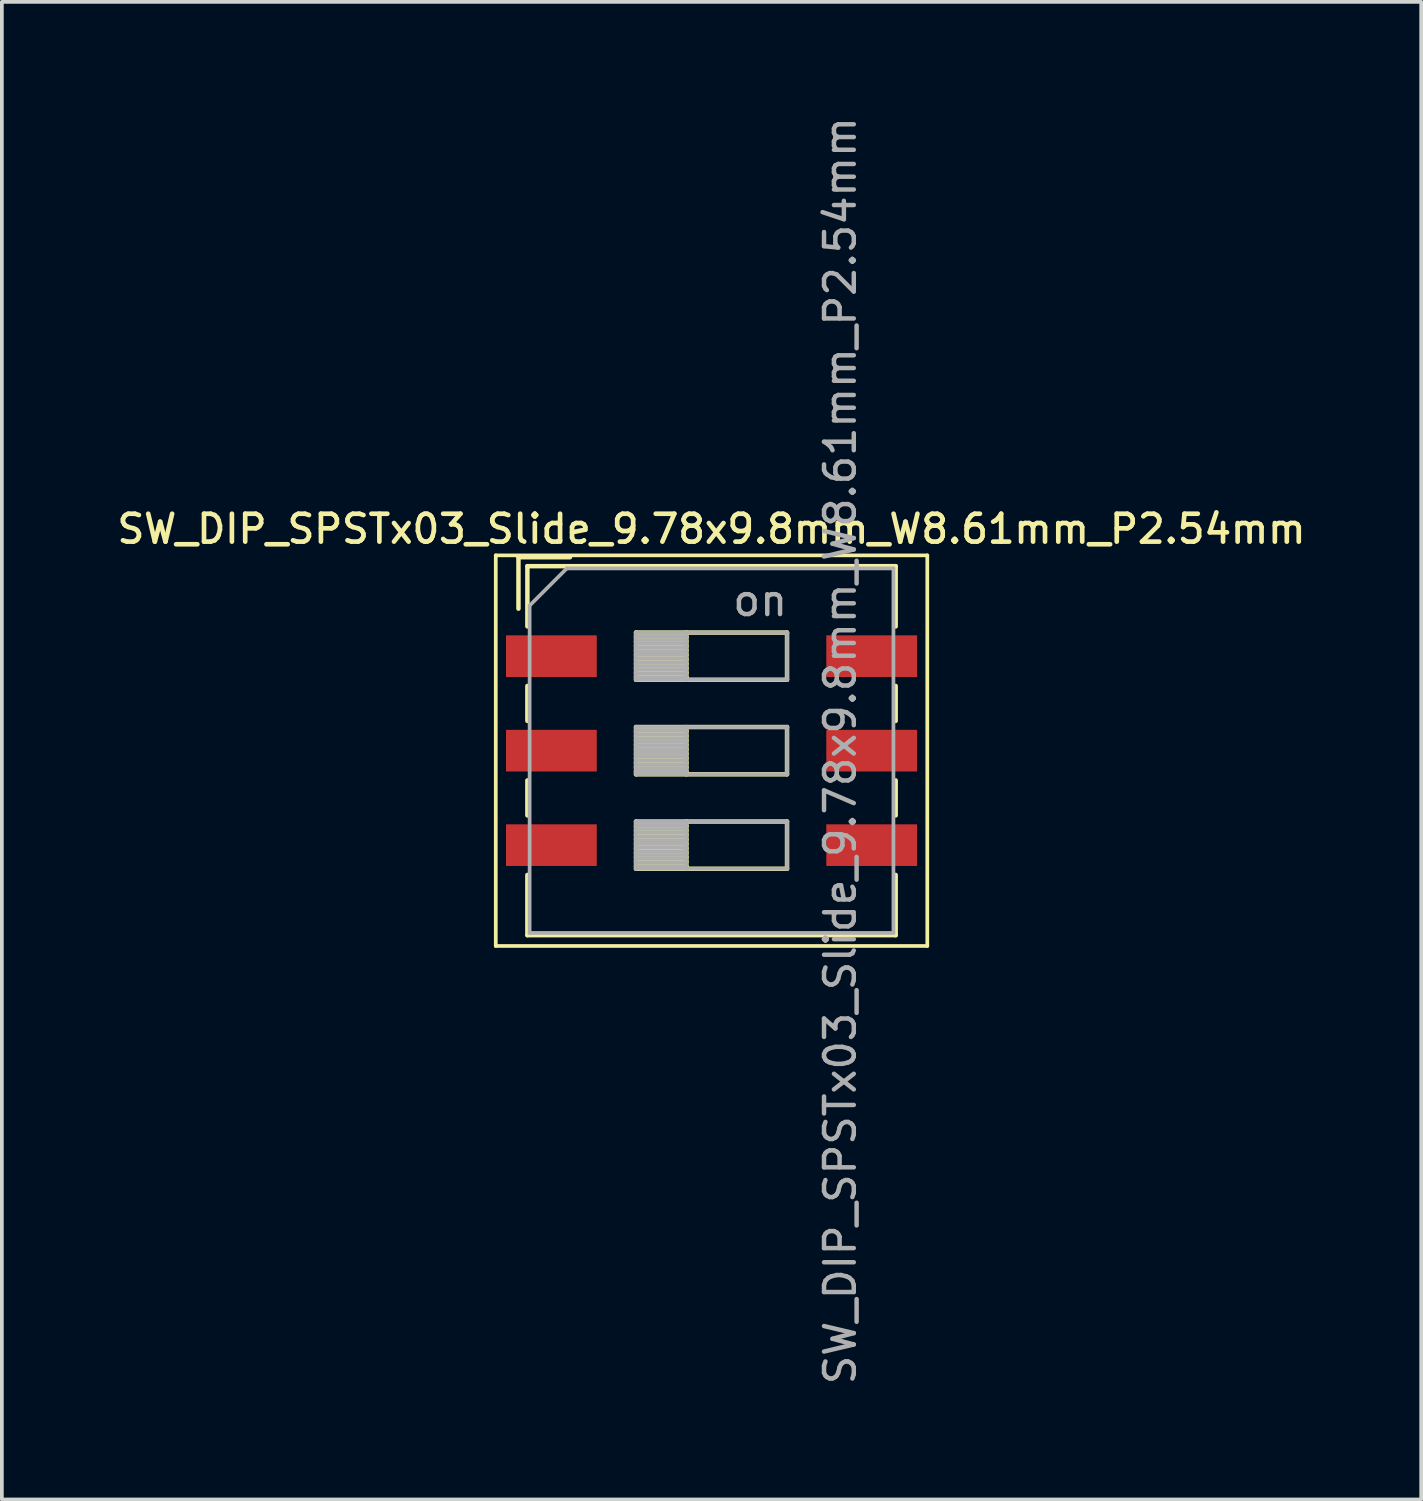
<source format=kicad_pcb>
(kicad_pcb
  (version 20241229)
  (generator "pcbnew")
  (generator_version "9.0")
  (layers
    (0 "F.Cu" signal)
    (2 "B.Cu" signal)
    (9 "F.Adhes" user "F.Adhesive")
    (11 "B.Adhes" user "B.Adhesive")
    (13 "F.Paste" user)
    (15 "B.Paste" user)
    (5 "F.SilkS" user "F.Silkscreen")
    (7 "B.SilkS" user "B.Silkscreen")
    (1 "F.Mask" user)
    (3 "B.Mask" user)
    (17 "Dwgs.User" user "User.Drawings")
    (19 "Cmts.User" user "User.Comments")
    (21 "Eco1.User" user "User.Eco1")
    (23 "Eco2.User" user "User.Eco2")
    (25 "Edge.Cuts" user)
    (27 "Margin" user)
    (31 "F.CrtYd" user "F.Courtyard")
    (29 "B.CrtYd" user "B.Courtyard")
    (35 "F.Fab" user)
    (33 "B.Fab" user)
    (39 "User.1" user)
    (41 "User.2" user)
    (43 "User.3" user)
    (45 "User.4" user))
  (footprint "SW_DIP_SPSTx03_Slide_9.78x9.8mm_W8.61mm_P2.54mm"
    (layer "F.Cu")
    (at 16.077 17.129)
    (property "Reference" "SW_DIP_SPSTx03_Slide_9.78x9.8mm_W8.61mm_P2.54mm" (at 0 -5.96 0) (layer "F.SilkS") (effects (font (size 0.75 0.75) (thickness 0.125))))
    (attr smd)
    (fp_line (start -5.8 -5.25) (end -5.8 5.25) (stroke (width 0.1) (type solid)) (layer "F.SilkS"))
    (fp_line (start -5.8 5.25) (end 5.8 5.25) (stroke (width 0.1) (type solid)) (layer "F.SilkS"))
    (fp_line (start -5.19 -5.2) (end -5.19 -3.817) (stroke (width 0.12) (type solid)) (layer "F.SilkS"))
    (fp_line (start -5.19 -5.2) (end -3.806 -5.2) (stroke (width 0.12) (type solid)) (layer "F.SilkS"))
    (fp_line (start -4.95 -4.96) (end -4.95 -3.34) (stroke (width 0.12) (type solid)) (layer "F.SilkS"))
    (fp_line (start -4.95 -4.96) (end 4.95 -4.96) (stroke (width 0.12) (type solid)) (layer "F.SilkS"))
    (fp_line (start -4.95 -1.74) (end -4.95 -0.8) (stroke (width 0.12) (type solid)) (layer "F.SilkS"))
    (fp_line (start -4.95 0.8) (end -4.95 1.74) (stroke (width 0.12) (type solid)) (layer "F.SilkS"))
    (fp_line (start -4.95 3.34) (end -4.95 4.96) (stroke (width 0.12) (type solid)) (layer "F.SilkS"))
    (fp_line (start -4.95 4.96) (end 4.95 4.96) (stroke (width 0.12) (type solid)) (layer "F.SilkS"))
    (fp_line (start -2.03 -3.175) (end -2.03 -1.905) (stroke (width 0.12) (type solid)) (layer "F.SilkS"))
    (fp_line (start -2.03 -3.055) (end -0.677 -3.055) (stroke (width 0.12) (type solid)) (layer "F.SilkS"))
    (fp_line (start -2.03 -2.935) (end -0.677 -2.935) (stroke (width 0.12) (type solid)) (layer "F.SilkS"))
    (fp_line (start -2.03 -2.815) (end -0.677 -2.815) (stroke (width 0.12) (type solid)) (layer "F.SilkS"))
    (fp_line (start -2.03 -2.695) (end -0.677 -2.695) (stroke (width 0.12) (type solid)) (layer "F.SilkS"))
    (fp_line (start -2.03 -2.575) (end -0.677 -2.575) (stroke (width 0.12) (type solid)) (layer "F.SilkS"))
    (fp_line (start -2.03 -2.455) (end -0.677 -2.455) (stroke (width 0.12) (type solid)) (layer "F.SilkS"))
    (fp_line (start -2.03 -2.335) (end -0.677 -2.335) (stroke (width 0.12) (type solid)) (layer "F.SilkS"))
    (fp_line (start -2.03 -2.215) (end -0.677 -2.215) (stroke (width 0.12) (type solid)) (layer "F.SilkS"))
    (fp_line (start -2.03 -2.095) (end -0.677 -2.095) (stroke (width 0.12) (type solid)) (layer "F.SilkS"))
    (fp_line (start -2.03 -1.975) (end -0.677 -1.975) (stroke (width 0.12) (type solid)) (layer "F.SilkS"))
    (fp_line (start -2.03 -1.905) (end 2.03 -1.905) (stroke (width 0.12) (type solid)) (layer "F.SilkS"))
    (fp_line (start -2.03 -0.635) (end -2.03 0.635) (stroke (width 0.12) (type solid)) (layer "F.SilkS"))
    (fp_line (start -2.03 -0.515) (end -0.677 -0.515) (stroke (width 0.12) (type solid)) (layer "F.SilkS"))
    (fp_line (start -2.03 -0.395) (end -0.677 -0.395) (stroke (width 0.12) (type solid)) (layer "F.SilkS"))
    (fp_line (start -2.03 -0.275) (end -0.677 -0.275) (stroke (width 0.12) (type solid)) (layer "F.SilkS"))
    (fp_line (start -2.03 -0.155) (end -0.677 -0.155) (stroke (width 0.12) (type solid)) (layer "F.SilkS"))
    (fp_line (start -2.03 -0.035) (end -0.677 -0.035) (stroke (width 0.12) (type solid)) (layer "F.SilkS"))
    (fp_line (start -2.03 0.085) (end -0.677 0.085) (stroke (width 0.12) (type solid)) (layer "F.SilkS"))
    (fp_line (start -2.03 0.205) (end -0.677 0.205) (stroke (width 0.12) (type solid)) (layer "F.SilkS"))
    (fp_line (start -2.03 0.325) (end -0.677 0.325) (stroke (width 0.12) (type solid)) (layer "F.SilkS"))
    (fp_line (start -2.03 0.445) (end -0.677 0.445) (stroke (width 0.12) (type solid)) (layer "F.SilkS"))
    (fp_line (start -2.03 0.565) (end -0.677 0.565) (stroke (width 0.12) (type solid)) (layer "F.SilkS"))
    (fp_line (start -2.03 0.635) (end 2.03 0.635) (stroke (width 0.12) (type solid)) (layer "F.SilkS"))
    (fp_line (start -2.03 1.905) (end -2.03 3.175) (stroke (width 0.12) (type solid)) (layer "F.SilkS"))
    (fp_line (start -2.03 2.025) (end -0.677 2.025) (stroke (width 0.12) (type solid)) (layer "F.SilkS"))
    (fp_line (start -2.03 2.145) (end -0.677 2.145) (stroke (width 0.12) (type solid)) (layer "F.SilkS"))
    (fp_line (start -2.03 2.265) (end -0.677 2.265) (stroke (width 0.12) (type solid)) (layer "F.SilkS"))
    (fp_line (start -2.03 2.385) (end -0.677 2.385) (stroke (width 0.12) (type solid)) (layer "F.SilkS"))
    (fp_line (start -2.03 2.505) (end -0.677 2.505) (stroke (width 0.12) (type solid)) (layer "F.SilkS"))
    (fp_line (start -2.03 2.625) (end -0.677 2.625) (stroke (width 0.12) (type solid)) (layer "F.SilkS"))
    (fp_line (start -2.03 2.745) (end -0.677 2.745) (stroke (width 0.12) (type solid)) (layer "F.SilkS"))
    (fp_line (start -2.03 2.865) (end -0.677 2.865) (stroke (width 0.12) (type solid)) (layer "F.SilkS"))
    (fp_line (start -2.03 2.985) (end -0.677 2.985) (stroke (width 0.12) (type solid)) (layer "F.SilkS"))
    (fp_line (start -2.03 3.105) (end -0.677 3.105) (stroke (width 0.12) (type solid)) (layer "F.SilkS"))
    (fp_line (start -2.03 3.175) (end 2.03 3.175) (stroke (width 0.12) (type solid)) (layer "F.SilkS"))
    (fp_line (start -0.677 -3.175) (end -0.677 -1.905) (stroke (width 0.12) (type solid)) (layer "F.SilkS"))
    (fp_line (start -0.677 -0.635) (end -0.677 0.635) (stroke (width 0.12) (type solid)) (layer "F.SilkS"))
    (fp_line (start -0.677 1.905) (end -0.677 3.175) (stroke (width 0.12) (type solid)) (layer "F.SilkS"))
    (fp_line (start 2.03 -3.175) (end -2.03 -3.175) (stroke (width 0.12) (type solid)) (layer "F.SilkS"))
    (fp_line (start 2.03 -1.905) (end 2.03 -3.175) (stroke (width 0.12) (type solid)) (layer "F.SilkS"))
    (fp_line (start 2.03 -0.635) (end -2.03 -0.635) (stroke (width 0.12) (type solid)) (layer "F.SilkS"))
    (fp_line (start 2.03 0.635) (end 2.03 -0.635) (stroke (width 0.12) (type solid)) (layer "F.SilkS"))
    (fp_line (start 2.03 1.905) (end -2.03 1.905) (stroke (width 0.12) (type solid)) (layer "F.SilkS"))
    (fp_line (start 2.03 3.175) (end 2.03 1.905) (stroke (width 0.12) (type solid)) (layer "F.SilkS"))
    (fp_line (start 4.95 -4.96) (end 4.95 -3.34) (stroke (width 0.12) (type solid)) (layer "F.SilkS"))
    (fp_line (start 4.95 -1.74) (end 4.95 -0.8) (stroke (width 0.12) (type solid)) (layer "F.SilkS"))
    (fp_line (start 4.95 0.8) (end 4.95 1.74) (stroke (width 0.12) (type solid)) (layer "F.SilkS"))
    (fp_line (start 4.95 3.34) (end 4.95 4.96) (stroke (width 0.12) (type solid)) (layer "F.SilkS"))
    (fp_line (start 5.8 -5.25) (end -5.8 -5.25) (stroke (width 0.1) (type solid)) (layer "F.SilkS"))
    (fp_line (start 5.8 5.25) (end 5.8 -5.25) (stroke (width 0.1) (type solid)) (layer "F.SilkS"))
    (fp_line (start -4.89 -3.9) (end -3.89 -4.9) (stroke (width 0.1) (type solid)) (layer "F.Fab"))
    (fp_line (start -4.89 4.9) (end -4.89 -3.9) (stroke (width 0.1) (type solid)) (layer "F.Fab"))
    (fp_line (start -3.89 -4.9) (end 4.89 -4.9) (stroke (width 0.1) (type solid)) (layer "F.Fab"))
    (fp_line (start -2.03 -3.175) (end -2.03 -1.905) (stroke (width 0.1) (type solid)) (layer "F.Fab"))
    (fp_line (start -2.03 -3.075) (end -0.677 -3.075) (stroke (width 0.1) (type solid)) (layer "F.Fab"))
    (fp_line (start -2.03 -2.975) (end -0.677 -2.975) (stroke (width 0.1) (type solid)) (layer "F.Fab"))
    (fp_line (start -2.03 -2.875) (end -0.677 -2.875) (stroke (width 0.1) (type solid)) (layer "F.Fab"))
    (fp_line (start -2.03 -2.775) (end -0.677 -2.775) (stroke (width 0.1) (type solid)) (layer "F.Fab"))
    (fp_line (start -2.03 -2.675) (end -0.677 -2.675) (stroke (width 0.1) (type solid)) (layer "F.Fab"))
    (fp_line (start -2.03 -2.575) (end -0.677 -2.575) (stroke (width 0.1) (type solid)) (layer "F.Fab"))
    (fp_line (start -2.03 -2.475) (end -0.677 -2.475) (stroke (width 0.1) (type solid)) (layer "F.Fab"))
    (fp_line (start -2.03 -2.375) (end -0.677 -2.375) (stroke (width 0.1) (type solid)) (layer "F.Fab"))
    (fp_line (start -2.03 -2.275) (end -0.677 -2.275) (stroke (width 0.1) (type solid)) (layer "F.Fab"))
    (fp_line (start -2.03 -2.175) (end -0.677 -2.175) (stroke (width 0.1) (type solid)) (layer "F.Fab"))
    (fp_line (start -2.03 -2.075) (end -0.677 -2.075) (stroke (width 0.1) (type solid)) (layer "F.Fab"))
    (fp_line (start -2.03 -1.975) (end -0.677 -1.975) (stroke (width 0.1) (type solid)) (layer "F.Fab"))
    (fp_line (start -2.03 -1.905) (end 2.03 -1.905) (stroke (width 0.1) (type solid)) (layer "F.Fab"))
    (fp_line (start -2.03 -0.635) (end -2.03 0.635) (stroke (width 0.1) (type solid)) (layer "F.Fab"))
    (fp_line (start -2.03 -0.535) (end -0.677 -0.535) (stroke (width 0.1) (type solid)) (layer "F.Fab"))
    (fp_line (start -2.03 -0.435) (end -0.677 -0.435) (stroke (width 0.1) (type solid)) (layer "F.Fab"))
    (fp_line (start -2.03 -0.335) (end -0.677 -0.335) (stroke (width 0.1) (type solid)) (layer "F.Fab"))
    (fp_line (start -2.03 -0.235) (end -0.677 -0.235) (stroke (width 0.1) (type solid)) (layer "F.Fab"))
    (fp_line (start -2.03 -0.135) (end -0.677 -0.135) (stroke (width 0.1) (type solid)) (layer "F.Fab"))
    (fp_line (start -2.03 -0.035) (end -0.677 -0.035) (stroke (width 0.1) (type solid)) (layer "F.Fab"))
    (fp_line (start -2.03 0.065) (end -0.677 0.065) (stroke (width 0.1) (type solid)) (layer "F.Fab"))
    (fp_line (start -2.03 0.165) (end -0.677 0.165) (stroke (width 0.1) (type solid)) (layer "F.Fab"))
    (fp_line (start -2.03 0.265) (end -0.677 0.265) (stroke (width 0.1) (type solid)) (layer "F.Fab"))
    (fp_line (start -2.03 0.365) (end -0.677 0.365) (stroke (width 0.1) (type solid)) (layer "F.Fab"))
    (fp_line (start -2.03 0.465) (end -0.677 0.465) (stroke (width 0.1) (type solid)) (layer "F.Fab"))
    (fp_line (start -2.03 0.565) (end -0.677 0.565) (stroke (width 0.1) (type solid)) (layer "F.Fab"))
    (fp_line (start -2.03 0.635) (end 2.03 0.635) (stroke (width 0.1) (type solid)) (layer "F.Fab"))
    (fp_line (start -2.03 1.905) (end -2.03 3.175) (stroke (width 0.1) (type solid)) (layer "F.Fab"))
    (fp_line (start -2.03 2.005) (end -0.677 2.005) (stroke (width 0.1) (type solid)) (layer "F.Fab"))
    (fp_line (start -2.03 2.105) (end -0.677 2.105) (stroke (width 0.1) (type solid)) (layer "F.Fab"))
    (fp_line (start -2.03 2.205) (end -0.677 2.205) (stroke (width 0.1) (type solid)) (layer "F.Fab"))
    (fp_line (start -2.03 2.305) (end -0.677 2.305) (stroke (width 0.1) (type solid)) (layer "F.Fab"))
    (fp_line (start -2.03 2.405) (end -0.677 2.405) (stroke (width 0.1) (type solid)) (layer "F.Fab"))
    (fp_line (start -2.03 2.505) (end -0.677 2.505) (stroke (width 0.1) (type solid)) (layer "F.Fab"))
    (fp_line (start -2.03 2.605) (end -0.677 2.605) (stroke (width 0.1) (type solid)) (layer "F.Fab"))
    (fp_line (start -2.03 2.705) (end -0.677 2.705) (stroke (width 0.1) (type solid)) (layer "F.Fab"))
    (fp_line (start -2.03 2.805) (end -0.677 2.805) (stroke (width 0.1) (type solid)) (layer "F.Fab"))
    (fp_line (start -2.03 2.905) (end -0.677 2.905) (stroke (width 0.1) (type solid)) (layer "F.Fab"))
    (fp_line (start -2.03 3.005) (end -0.677 3.005) (stroke (width 0.1) (type solid)) (layer "F.Fab"))
    (fp_line (start -2.03 3.105) (end -0.677 3.105) (stroke (width 0.1) (type solid)) (layer "F.Fab"))
    (fp_line (start -2.03 3.175) (end 2.03 3.175) (stroke (width 0.1) (type solid)) (layer "F.Fab"))
    (fp_line (start -0.677 -3.175) (end -0.677 -1.905) (stroke (width 0.1) (type solid)) (layer "F.Fab"))
    (fp_line (start -0.677 -0.635) (end -0.677 0.635) (stroke (width 0.1) (type solid)) (layer "F.Fab"))
    (fp_line (start -0.677 1.905) (end -0.677 3.175) (stroke (width 0.1) (type solid)) (layer "F.Fab"))
    (fp_line (start 2.03 -3.175) (end -2.03 -3.175) (stroke (width 0.1) (type solid)) (layer "F.Fab"))
    (fp_line (start 2.03 -1.905) (end 2.03 -3.175) (stroke (width 0.1) (type solid)) (layer "F.Fab"))
    (fp_line (start 2.03 -0.635) (end -2.03 -0.635) (stroke (width 0.1) (type solid)) (layer "F.Fab"))
    (fp_line (start 2.03 0.635) (end 2.03 -0.635) (stroke (width 0.1) (type solid)) (layer "F.Fab"))
    (fp_line (start 2.03 1.905) (end -2.03 1.905) (stroke (width 0.1) (type solid)) (layer "F.Fab"))
    (fp_line (start 2.03 3.175) (end 2.03 1.905) (stroke (width 0.1) (type solid)) (layer "F.Fab"))
    (fp_line (start 4.89 -4.9) (end 4.89 4.9) (stroke (width 0.1) (type solid)) (layer "F.Fab"))
    (fp_line (start 4.89 4.9) (end -4.89 4.9) (stroke (width 0.1) (type solid)) (layer "F.Fab"))
    (fp_text user "${REFERENCE}" (at 3.46 0 90) (layer "F.Fab") (effects (font (size 0.8 0.8) (thickness 0.12))))
    (fp_text user "on" (at 1.308 -4.037 0) (layer "F.Fab") (effects (font (size 0.8 0.8) (thickness 0.12))))
    (pad "1" smd rect (at -4.305 -2.54) (size 2.44 1.12) (layers "F.Cu" "F.Mask" "F.Paste"))
    (pad "2" smd rect (at -4.305 0) (size 2.44 1.12) (layers "F.Cu" "F.Mask" "F.Paste"))
    (pad "3" smd rect (at -4.305 2.54) (size 2.44 1.12) (layers "F.Cu" "F.Mask" "F.Paste"))
    (pad "4" smd rect (at 4.305 2.54) (size 2.44 1.12) (layers "F.Cu" "F.Mask" "F.Paste"))
    (pad "5" smd rect (at 4.305 0) (size 2.44 1.12) (layers "F.Cu" "F.Mask" "F.Paste"))
    (pad "6" smd rect (at 4.305 -2.54) (size 2.44 1.12) (layers "F.Cu" "F.Mask" "F.Paste")))
  (gr_rect
    (start -3 -3)
    (end 35.154 37.257)
    (stroke (width 0.1) (type default))
    (fill no)
    (layer "Edge.Cuts")))
</source>
